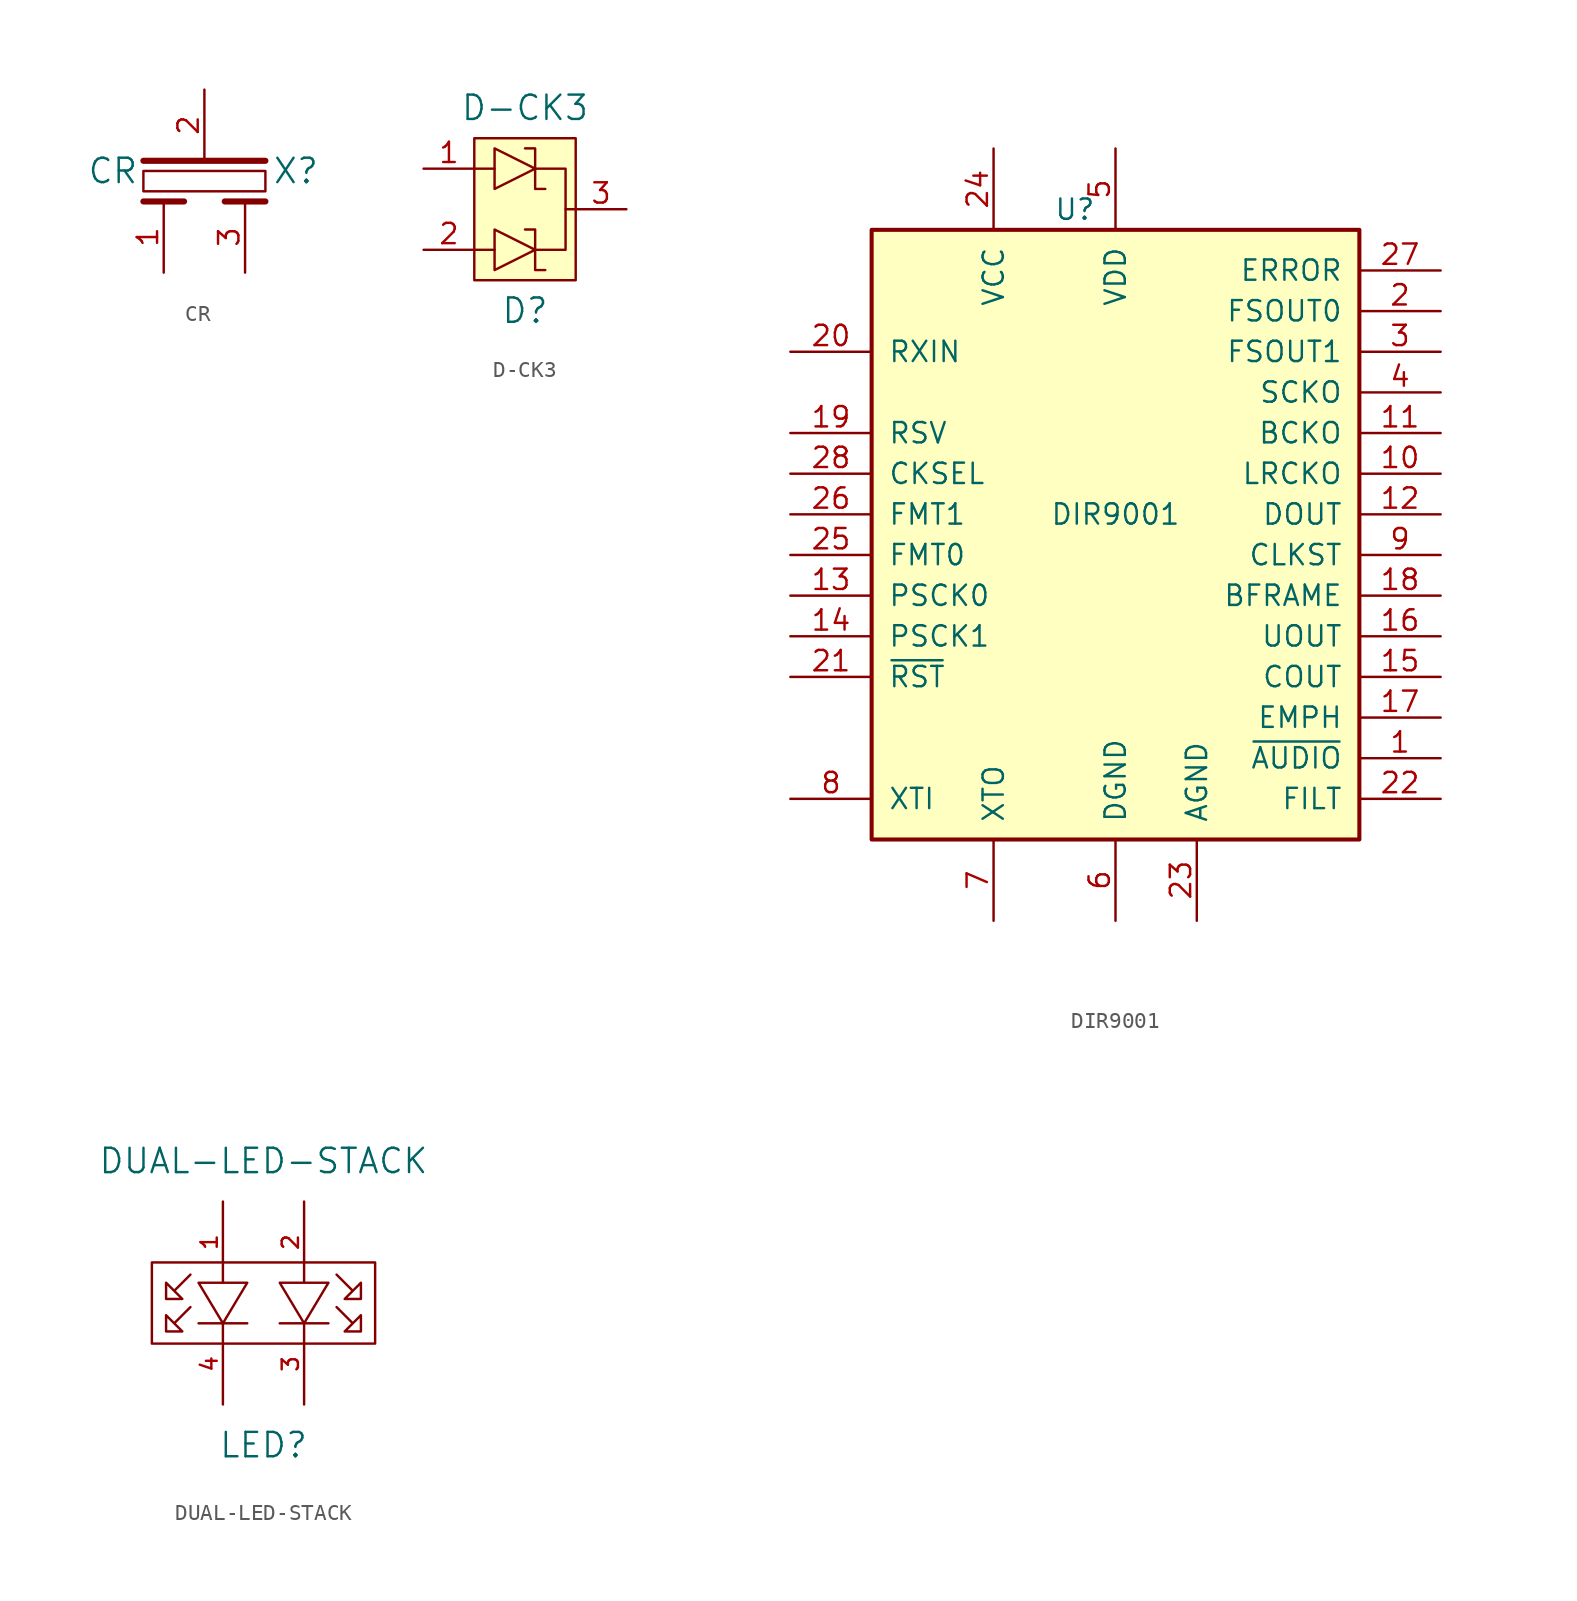
<source format=kicad_sym>
(kicad_symbol_lib
  (version 20211014)
  (generator kicad_symbol_editor)
  (symbol "CR"
    (pin_names
      (offset 1.016))
    (property "Reference" "X"
      (at 5.715 -2.54 0)
      (effects (font (size 1.524 1.524))))
    (property "Value" "CR"
      (at -5.715 -2.54 0)
      (effects (font (size 1.524 1.524))))
    (property "Footprint" ""
      (at 0 0 0)
      (effects (font (size 1.524 1.524))))
    (property "Datasheet" ""
      (at 0 0 0)
      (effects (font (size 1.524 1.524))))
    (symbol "CR_0_1"
      (rectangle (start -3.81 -2.54) (end 3.81 -3.81) (stroke (width 0) (type default) (color 0 0 0 0)) (fill (type none)))
      (polyline (pts (xy -3.81 -4.445) (xy -1.27 -4.445)) (stroke (width 0.381) (type default) (color 0 0 0 0)) (fill (type none)))
      (polyline (pts (xy -3.81 -1.905) (xy 3.81 -1.905)) (stroke (width 0.381) (type default) (color 0 0 0 0)) (fill (type none)))
      (polyline (pts (xy 1.27 -4.445) (xy 3.81 -4.445)) (stroke (width 0.381) (type default) (color 0 0 0 0)) (fill (type none))))
    (symbol "CR_1_1"
      (pin passive line (at -2.54 -8.89 90) (length 4.445) (name "~" (effects (font (size 1.27 1.27)))) (number "1" (effects (font (size 1.27 1.27)))))
      (pin passive line (at 0 2.54 270) (length 4.445) (name "~" (effects (font (size 1.27 1.27)))) (number "2" (effects (font (size 1.27 1.27)))))
      (pin passive line (at 2.54 -8.89 90) (length 4.445) (name "~" (effects (font (size 1.27 1.27)))) (number "3" (effects (font (size 1.27 1.27)))))))
  (symbol "D-CK3"
    (pin_names
      (offset 1.016))
    (property "Reference" "D"
      (at 0 -6.35 0)
      (effects (font (size 1.524 1.524))))
    (property "Value" "D-CK3"
      (at 0 6.35 0)
      (effects (font (size 1.524 1.524))))
    (property "Footprint" ""
      (at 0 0 0)
      (effects (font (size 1.524 1.524))))
    (property "Datasheet" ""
      (at 0 0 0)
      (effects (font (size 1.524 1.524))))
    (symbol "D-CK3_0_1"
      (rectangle (start -3.175 4.445) (end 3.175 -4.445) (stroke (width 0) (type default) (color 0 0 0 0)) (fill (type background)))
      (polyline (pts (xy -3.175 -2.54) (xy -1.905 -2.54)) (stroke (width 0) (type default) (color 0 0 0 0)) (fill (type none)))
      (polyline (pts (xy -3.175 2.54) (xy -1.905 2.54)) (stroke (width 0) (type default) (color 0 0 0 0)) (fill (type none)))
      (polyline (pts (xy 2.54 0) (xy 3.175 0)) (stroke (width 0) (type default) (color 0 0 0 0)) (fill (type none)))
      (polyline (pts (xy -1.905 -1.27) (xy -1.905 -3.81) (xy 0.635 -2.54) (xy -1.905 -1.27)) (stroke (width 0) (type default) (color 0 0 0 0)) (fill (type none)))
      (polyline (pts (xy -1.905 1.27) (xy -1.905 3.81) (xy 0.635 2.54) (xy -1.905 1.27)) (stroke (width 0) (type default) (color 0 0 0 0)) (fill (type none)))
      (polyline (pts (xy 0 -1.27) (xy 0.635 -1.27) (xy 0.635 -3.81) (xy 1.27 -3.81)) (stroke (width 0) (type default) (color 0 0 0 0)) (fill (type none)))
      (polyline (pts (xy 0 3.81) (xy 0.635 3.81) (xy 0.635 1.27) (xy 1.27 1.27)) (stroke (width 0) (type default) (color 0 0 0 0)) (fill (type none)))
      (polyline (pts (xy 0.635 2.54) (xy 2.54 2.54) (xy 2.54 -2.54) (xy 0.635 -2.54)) (stroke (width 0) (type default) (color 0 0 0 0)) (fill (type none))))
    (symbol "D-CK3_1_1"
      (pin input line (at -6.35 2.54 0) (length 3.175) (name "~" (effects (font (size 1.27 1.27)))) (number "1" (effects (font (size 1.27 1.27)))))
      (pin input line (at -6.35 -2.54 0) (length 3.175) (name "~" (effects (font (size 1.27 1.27)))) (number "2" (effects (font (size 1.27 1.27)))))
      (pin output line (at 6.35 0 180) (length 3.175) (name "~" (effects (font (size 1.27 1.27)))) (number "3" (effects (font (size 1.27 1.27)))))))
  (symbol "DIR9001"
    (pin_names
      (offset 1.016))
    (property "Reference" "U"
      (at -2.54 19.05 0)
      (effects (font (size 1.27 1.27))))
    (property "Value" "DIR9001"
      (at 0 0 0)
      (effects (font (size 1.27 1.27))))
    (symbol "DIR9001_0_1"
      (rectangle (start -15.24 17.78) (end 15.24 -20.32) (stroke (width 0.254) (type default) (color 0 0 0 0)) (fill (type background))))
    (symbol "DIR9001_1_1"
      (pin output line (at 20.32 -15.24 180) (length 5.08) (name "~{AUDIO}" (effects (font (size 1.27 1.27)))) (number "1" (effects (font (size 1.27 1.27)))))
      (pin output line (at 20.32 2.54 180) (length 5.08) (name "LRCKO" (effects (font (size 1.27 1.27)))) (number "10" (effects (font (size 1.27 1.27)))))
      (pin output line (at 20.32 5.08 180) (length 5.08) (name "BCKO" (effects (font (size 1.27 1.27)))) (number "11" (effects (font (size 1.27 1.27)))))
      (pin output line (at 20.32 0 180) (length 5.08) (name "DOUT" (effects (font (size 1.27 1.27)))) (number "12" (effects (font (size 1.27 1.27)))))
      (pin input line (at -20.32 -5.08 0) (length 5.08) (name "PSCK0" (effects (font (size 1.27 1.27)))) (number "13" (effects (font (size 1.27 1.27)))))
      (pin input line (at -20.32 -7.62 0) (length 5.08) (name "PSCK1" (effects (font (size 1.27 1.27)))) (number "14" (effects (font (size 1.27 1.27)))))
      (pin output line (at 20.32 -10.16 180) (length 5.08) (name "COUT" (effects (font (size 1.27 1.27)))) (number "15" (effects (font (size 1.27 1.27)))))
      (pin output line (at 20.32 -7.62 180) (length 5.08) (name "UOUT" (effects (font (size 1.27 1.27)))) (number "16" (effects (font (size 1.27 1.27)))))
      (pin output line (at 20.32 -12.7 180) (length 5.08) (name "EMPH" (effects (font (size 1.27 1.27)))) (number "17" (effects (font (size 1.27 1.27)))))
      (pin output line (at 20.32 -5.08 180) (length 5.08) (name "BFRAME" (effects (font (size 1.27 1.27)))) (number "18" (effects (font (size 1.27 1.27)))))
      (pin input line (at -20.32 5.08 0) (length 5.08) (name "RSV" (effects (font (size 1.27 1.27)))) (number "19" (effects (font (size 1.27 1.27)))))
      (pin output line (at 20.32 12.7 180) (length 5.08) (name "FSOUT0" (effects (font (size 1.27 1.27)))) (number "2" (effects (font (size 1.27 1.27)))))
      (pin input line (at -20.32 10.16 0) (length 5.08) (name "RXIN" (effects (font (size 1.27 1.27)))) (number "20" (effects (font (size 1.27 1.27)))))
      (pin input line (at -20.32 -10.16 0) (length 5.08) (name "~{RST}" (effects (font (size 1.27 1.27)))) (number "21" (effects (font (size 1.27 1.27)))))
      (pin passive line (at 20.32 -17.78 180) (length 5.08) (name "FILT" (effects (font (size 1.27 1.27)))) (number "22" (effects (font (size 1.27 1.27)))))
      (pin power_out line (at 5.08 -25.4 90) (length 5.08) (name "AGND" (effects (font (size 1.27 1.27)))) (number "23" (effects (font (size 1.27 1.27)))))
      (pin power_in line (at -7.62 22.86 270) (length 5.08) (name "VCC" (effects (font (size 1.27 1.27)))) (number "24" (effects (font (size 1.27 1.27)))))
      (pin input line (at -20.32 -2.54 0) (length 5.08) (name "FMT0" (effects (font (size 1.27 1.27)))) (number "25" (effects (font (size 1.27 1.27)))))
      (pin input line (at -20.32 0 0) (length 5.08) (name "FMT1" (effects (font (size 1.27 1.27)))) (number "26" (effects (font (size 1.27 1.27)))))
      (pin output line (at 20.32 15.24 180) (length 5.08) (name "ERROR" (effects (font (size 1.27 1.27)))) (number "27" (effects (font (size 1.27 1.27)))))
      (pin input line (at -20.32 2.54 0) (length 5.08) (name "CKSEL" (effects (font (size 1.27 1.27)))) (number "28" (effects (font (size 1.27 1.27)))))
      (pin output line (at 20.32 10.16 180) (length 5.08) (name "FSOUT1" (effects (font (size 1.27 1.27)))) (number "3" (effects (font (size 1.27 1.27)))))
      (pin output line (at 20.32 7.62 180) (length 5.08) (name "SCKO" (effects (font (size 1.27 1.27)))) (number "4" (effects (font (size 1.27 1.27)))))
      (pin power_in line (at 0 22.86 270) (length 5.08) (name "VDD" (effects (font (size 1.27 1.27)))) (number "5" (effects (font (size 1.27 1.27)))))
      (pin power_out line (at 0 -25.4 90) (length 5.08) (name "DGND" (effects (font (size 1.27 1.27)))) (number "6" (effects (font (size 1.27 1.27)))))
      (pin output line (at -7.62 -25.4 90) (length 5.08) (name "XTO" (effects (font (size 1.27 1.27)))) (number "7" (effects (font (size 1.27 1.27)))))
      (pin input line (at -20.32 -17.78 0) (length 5.08) (name "XTI" (effects (font (size 1.27 1.27)))) (number "8" (effects (font (size 1.27 1.27)))))
      (pin output line (at 20.32 -2.54 180) (length 5.08) (name "CLKST" (effects (font (size 1.27 1.27)))) (number "9" (effects (font (size 1.27 1.27)))))))
  (symbol "DUAL-LED-STACK"
    (pin_names
      (offset 1.016) hide)
    (property "Reference" "LED"
      (at 0 -8.89 0)
      (effects (font (size 1.524 1.524))))
    (property "Value" "DUAL-LED-STACK"
      (at 0 8.89 0)
      (effects (font (size 1.524 1.524))))
    (property "Footprint" ""
      (at 0 0 0)
      (effects (font (size 1.524 1.524))))
    (property "Datasheet" ""
      (at 0 0 0)
      (effects (font (size 1.524 1.524))))
    (symbol "DUAL-LED-STACK_0_0"
      (pin passive line (at -2.54 6.35 270) (length 5.08) (name "A1" (effects (font (size 0.762 0.762)))) (number "1" (effects (font (size 1.016 1.016)))))
      (pin passive line (at 2.54 6.35 270) (length 5.08) (name "A2" (effects (font (size 0.762 0.762)))) (number "2" (effects (font (size 1.016 1.016)))))
      (pin passive line (at 2.54 -6.35 90) (length 5.08) (name "K2" (effects (font (size 0.762 0.762)))) (number "3" (effects (font (size 1.016 1.016)))))
      (pin passive line (at -2.54 -6.35 90) (length 5.08) (name "K1" (effects (font (size 0.762 0.762)))) (number "4" (effects (font (size 1.016 1.016))))))
    (symbol "DUAL-LED-STACK_0_1"
      (rectangle (start -6.985 2.54) (end 6.985 -2.54) (stroke (width 0) (type default) (color 0 0 0 0)) (fill (type none)))
      (polyline (pts (xy -4.064 -1.27) (xy -1.016 -1.27)) (stroke (width 0) (type default) (color 0 0 0 0)) (fill (type none)))
      (polyline (pts (xy 1.016 -1.27) (xy 4.064 -1.27)) (stroke (width 0) (type default) (color 0 0 0 0)) (fill (type none)))
      (polyline (pts (xy -1.016 1.27) (xy -4.064 1.27) (xy -2.54 -1.27) (xy -1.016 1.27)) (stroke (width 0) (type default) (color 0 0 0 0)) (fill (type none)))
      (polyline (pts (xy 1.016 1.27) (xy 4.064 1.27) (xy 2.54 -1.27) (xy 1.016 1.27)) (stroke (width 0) (type default) (color 0 0 0 0)) (fill (type none)))
      (polyline (pts (xy -4.572 -0.254) (xy -5.588 -1.27) (xy -6.096 -0.762) (xy -6.096 -1.778) (xy -5.08 -1.778) (xy -5.588 -1.27)) (stroke (width 0) (type default) (color 0 0 0 0)) (fill (type none)))
      (polyline (pts (xy -4.572 1.778) (xy -5.588 0.762) (xy -6.096 1.27) (xy -6.096 0.254) (xy -5.08 0.254) (xy -5.588 0.762)) (stroke (width 0) (type default) (color 0 0 0 0)) (fill (type none)))
      (polyline (pts (xy 4.572 -0.254) (xy 5.588 -1.27) (xy 6.096 -0.762) (xy 6.096 -1.778) (xy 5.08 -1.778) (xy 5.588 -1.27)) (stroke (width 0) (type default) (color 0 0 0 0)) (fill (type none)))
      (polyline (pts (xy 4.572 1.778) (xy 5.588 0.762) (xy 6.096 1.27) (xy 6.096 0.254) (xy 5.08 0.254) (xy 5.588 0.762)) (stroke (width 0) (type default) (color 0 0 0 0)) (fill (type none))))))
</source>
